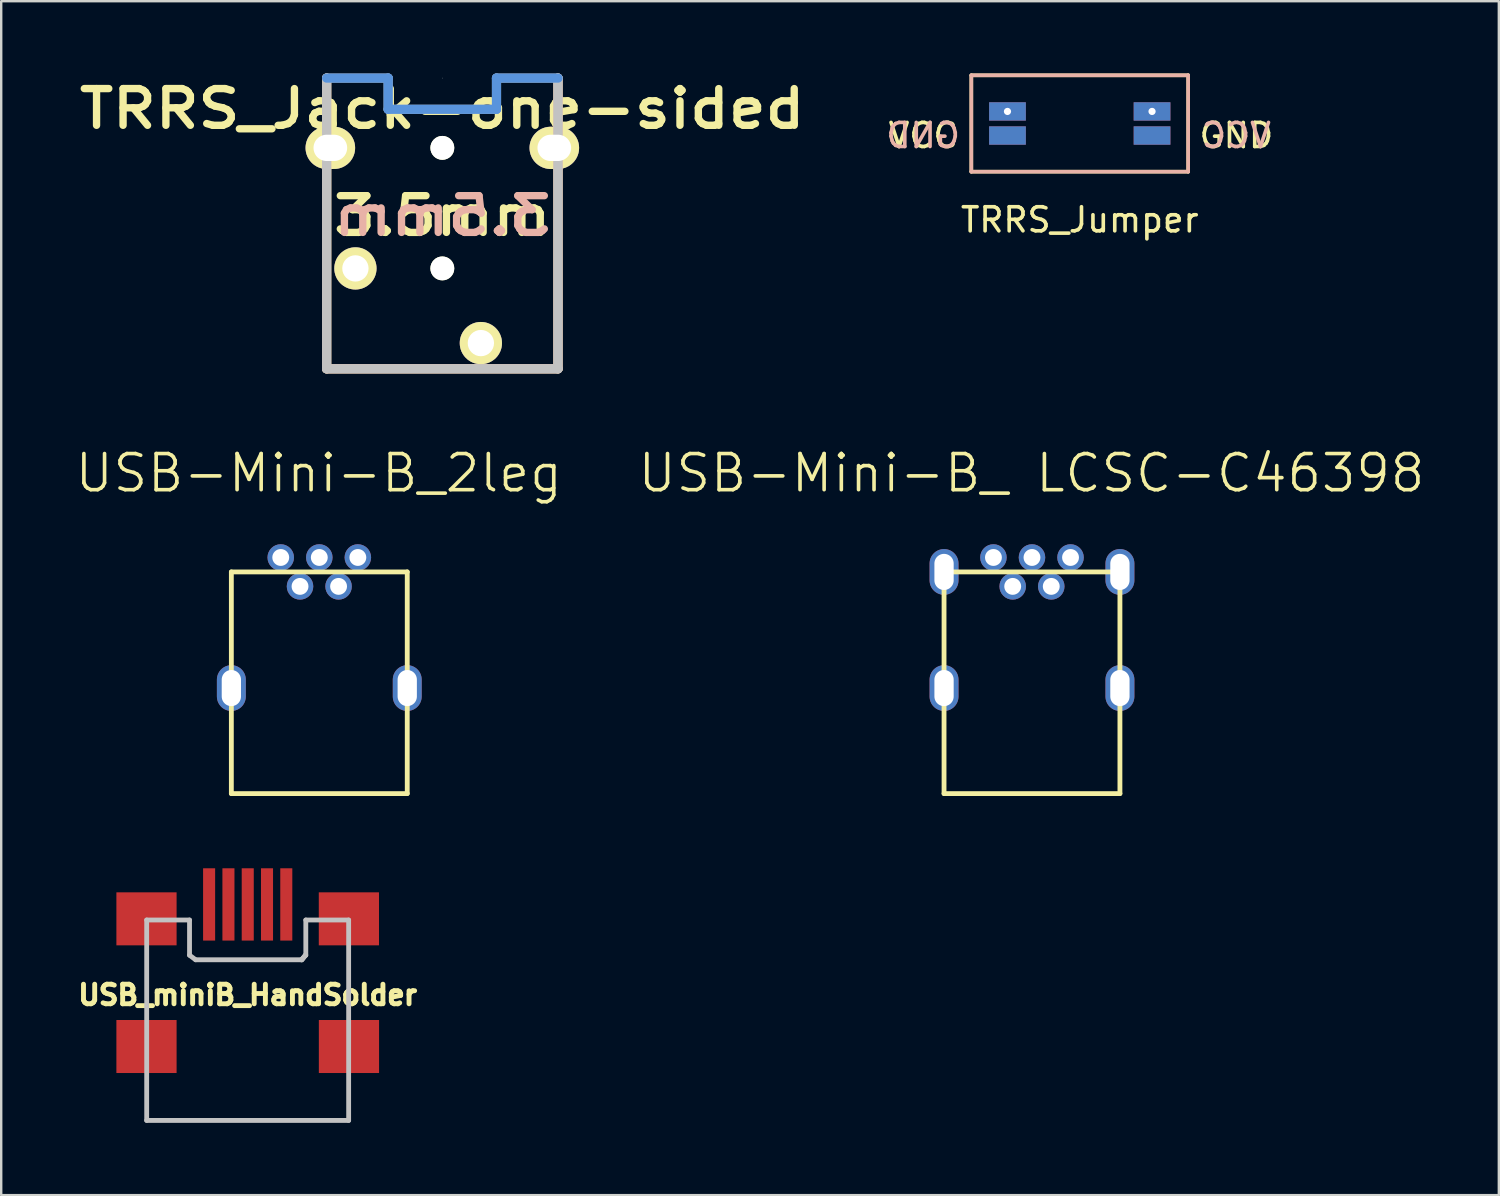
<source format=kicad_pcb>
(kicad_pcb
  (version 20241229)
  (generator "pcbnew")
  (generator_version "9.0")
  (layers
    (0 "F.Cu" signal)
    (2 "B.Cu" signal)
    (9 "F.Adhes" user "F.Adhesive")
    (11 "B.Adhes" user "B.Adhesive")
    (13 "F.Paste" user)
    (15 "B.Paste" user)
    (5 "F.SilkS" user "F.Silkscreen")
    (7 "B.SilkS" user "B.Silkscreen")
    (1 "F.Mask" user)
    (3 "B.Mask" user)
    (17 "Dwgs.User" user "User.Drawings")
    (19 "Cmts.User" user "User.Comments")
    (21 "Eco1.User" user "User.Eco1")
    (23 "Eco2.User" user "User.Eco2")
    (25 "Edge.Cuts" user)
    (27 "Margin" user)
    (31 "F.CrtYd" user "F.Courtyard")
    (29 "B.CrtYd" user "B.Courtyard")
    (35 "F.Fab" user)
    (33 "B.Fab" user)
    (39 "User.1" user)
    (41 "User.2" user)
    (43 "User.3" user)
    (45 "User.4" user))
  (footprint "USB_miniB_HandSolder"
    (layer "F.Cu")
    (at 7.229 37.737)
    (property "Reference" "USB_miniB_HandSolder" (at 0 0.508 0) (layer "F.SilkS") (effects (font (size 0.813 0.813) (thickness 0.203))))
    (attr through_hole)
    (fp_line (start -4.191 -2.603) (end -4.191 5.715) (stroke (width 0.2) (type solid)) (layer "Dwgs.User"))
    (fp_line (start -4.191 5.715) (end 4.191 5.715) (stroke (width 0.2) (type solid)) (layer "Dwgs.User"))
    (fp_line (start -2.413 -2.603) (end -4.191 -2.603) (stroke (width 0.2) (type solid)) (layer "Dwgs.User"))
    (fp_line (start -2.413 -1.143) (end -2.413 -2.603) (stroke (width 0.2) (type solid)) (layer "Dwgs.User"))
    (fp_line (start -2.159 -0.953) (end -2.413 -1.143) (stroke (width 0.2) (type solid)) (layer "Dwgs.User"))
    (fp_line (start 2.223 -0.953) (end -2.159 -0.953) (stroke (width 0.2) (type solid)) (layer "Dwgs.User"))
    (fp_line (start 2.25 -0.95) (end 2.4 -1.15) (stroke (width 0.2) (type solid)) (layer "Dwgs.User"))
    (fp_line (start 2.25 -0.95) (end 2.4 -1.15) (stroke (width 0.2) (type solid)) (layer "Dwgs.User"))
    (fp_line (start 2.413 -2.603) (end 2.413 -1.143) (stroke (width 0.2) (type solid)) (layer "Dwgs.User"))
    (fp_line (start 2.413 -1.143) (end 2.223 -0.953) (stroke (width 0.2) (type solid)) (layer "Dwgs.User"))
    (fp_line (start 4.191 -2.603) (end 2.413 -2.603) (stroke (width 0.2) (type solid)) (layer "Dwgs.User"))
    (fp_line (start 4.191 5.715) (end 4.191 -2.603) (stroke (width 0.2) (type solid)) (layer "Dwgs.User"))
    (pad "1" smd rect (at -1.6 -3.25) (size 0.5 3) (layers "F.Cu" "F.Mask" "F.Paste"))
    (pad "2" smd rect (at -0.798 -3.25) (size 0.5 3) (layers "F.Cu" "F.Mask" "F.Paste"))
    (pad "3" smd rect (at 0.003 -3.25) (size 0.5 3) (layers "F.Cu" "F.Mask" "F.Paste"))
    (pad "4" smd rect (at 0.803 -3.25) (size 0.5 3) (layers "F.Cu" "F.Mask" "F.Paste"))
    (pad "5" smd rect (at 1.603 -3.25) (size 0.5 3) (layers "F.Cu" "F.Mask" "F.Paste"))
    (pad "6" smd rect (at -4.199 -2.652) (size 2.499 2.2) (layers "F.Cu" "F.Mask" "F.Paste"))
    (pad "7" smd rect (at 4.201 -2.652) (size 2.499 2.2) (layers "F.Cu" "F.Mask" "F.Paste"))
    (pad "8" smd rect (at -4.199 2.647) (size 2.499 2.2) (layers "F.Cu" "F.Mask" "F.Paste"))
    (pad "9" smd rect (at 4.204 2.647) (size 2.499 2.2) (layers "F.Cu" "F.Mask" "F.Paste")))
  (footprint "TRRS_Jack-one-sided"
    (layer "F.Cu")
    (at 15.308 8.091)
    (property "Reference" "TRRS_Jack-one-sided" (at 0.00008 -6.63 0) (layer "F.SilkS") (effects (font (size 1.524 1.778) (thickness 0.305))))
    (attr through_hole)
    (fp_line (start -4.801 4.165) (end -4.801 -7.9) (stroke (width 0.381) (type solid)) (layer "F.SilkS"))
    (fp_line (start 4.801 -7.9) (end 4.801 4.165) (stroke (width 0.381) (type solid)) (layer "F.SilkS"))
    (fp_line (start 4.801 4.165) (end -4.801 4.165) (stroke (width 0.381) (type solid)) (layer "F.SilkS"))
    (fp_line (start -4.801 4.165) (end -4.801 -7.9) (stroke (width 0.381) (type solid)) (layer "B.SilkS"))
    (fp_line (start 4.801 -7.9) (end 4.801 4.165) (stroke (width 0.381) (type solid)) (layer "B.SilkS"))
    (fp_line (start 4.801 4.165) (end -4.801 4.165) (stroke (width 0.381) (type solid)) (layer "B.SilkS"))
    (fp_line (start -4.801 -7.9) (end -4.801 4.165) (stroke (width 0.381) (type solid)) (layer "Dwgs.User"))
    (fp_line (start -4.801 4.165) (end 4.801 4.165) (stroke (width 0.381) (type solid)) (layer "Dwgs.User"))
    (fp_line (start -2.248 -7.9) (end -4.801 -7.9) (stroke (width 0.381) (type solid)) (layer "Dwgs.User"))
    (fp_line (start -2.248 -6.605) (end -2.248 -7.9) (stroke (width 0.381) (type solid)) (layer "Dwgs.User"))
    (fp_line (start 0.00008 -7.9) (end 0.00008 -7.9) (stroke (width 0.025) (type solid)) (layer "Dwgs.User"))
    (fp_line (start 2.248 -7.9) (end 2.248 -6.605) (stroke (width 0.381) (type solid)) (layer "Dwgs.User"))
    (fp_line (start 2.248 -6.605) (end -2.248 -6.605) (stroke (width 0.381) (type solid)) (layer "Dwgs.User"))
    (fp_line (start 4.801 -7.9) (end 2.248 -7.9) (stroke (width 0.381) (type solid)) (layer "Dwgs.User"))
    (fp_line (start 4.801 4.165) (end 4.801 -7.9) (stroke (width 0.381) (type solid)) (layer "Dwgs.User"))
    (fp_line (start -4.801 -7.9) (end -2.248 -7.9) (stroke (width 0.381) (type solid)) (layer "Cmts.User"))
    (fp_line (start -2.248 -6.605) (end -2.248 -7.9) (stroke (width 0.381) (type solid)) (layer "Cmts.User"))
    (fp_line (start 2.248 -7.9) (end 2.248 -6.605) (stroke (width 0.381) (type solid)) (layer "Cmts.User"))
    (fp_line (start 2.248 -7.9) (end 4.801 -7.9) (stroke (width 0.381) (type solid)) (layer "Cmts.User"))
    (fp_line (start 2.248 -6.605) (end -2.248 -6.605) (stroke (width 0.381) (type solid)) (layer "Cmts.User"))
    (fp_text user "3.5mm" (at 0.00008 -2.185 0) (layer "F.SilkS") (effects (font (size 1.524 1.778) (thickness 0.305))))
    (fp_text user "3.5mm" (at 0.00008 -2.185 0) (layer "B.SilkS") (effects (font (size 1.524 1.778) (thickness 0.305)) (justify mirror)))
    (pad "" np_thru_hole circle (at 0.00008 -5.004 270) (size 0.991 0.991) (drill 0.991) (layers "*.Cu" "*.Mask" "F.SilkS"))
    (pad "" np_thru_hole circle (at 0.00008 -0.001 270) (size 0.991 0.991) (drill 0.991) (layers "*.Cu" "*.Mask" "F.SilkS"))
    (pad "1" thru_hole oval (at 4.648 -5.004 270) (size 1.753 2.057) (drill oval 1.092 1.397) (layers "*.Cu" "*.Mask" "F.SilkS"))
    (pad "2" thru_hole circle (at -3.607 -0.001 270) (size 1.753 1.753) (drill 1.092) (layers "*.Cu" "*.Mask" "F.SilkS"))
    (pad "3" thru_hole circle (at 1.6 3.098 270) (size 1.753 1.753) (drill 1.092) (layers "*.Cu" "*.Mask" "F.SilkS"))
    (pad "4" thru_hole oval (at -4.648 -5.004 270) (size 1.753 2.057) (drill oval 1.092 1.397) (layers "*.Cu" "*.Mask" "F.SilkS")))
  (footprint "TRRS_Jumper"
    (layer "F.Cu")
    (at 41.764 2.075)
    (property "Reference" "TRRS_Jumper" (at 0 4 0) (layer "F.SilkS") (effects (font (size 1 1) (thickness 0.15))))
    (attr through_hole)
    (fp_line (start -4.5 2) (end -4.5 -2) (stroke (width 0.15) (type solid)) (layer "F.SilkS"))
    (fp_line (start -4.5 2) (end 4.5 2) (stroke (width 0.15) (type solid)) (layer "F.SilkS"))
    (fp_line (start 4.5 -2) (end -4.5 -2) (stroke (width 0.15) (type solid)) (layer "F.SilkS"))
    (fp_line (start 4.5 -2) (end 4.5 2) (stroke (width 0.15) (type solid)) (layer "F.SilkS"))
    (fp_line (start -4.5 -2) (end -4.5 2) (stroke (width 0.15) (type solid)) (layer "B.SilkS"))
    (fp_line (start -4.5 -2) (end 4.5 -2) (stroke (width 0.15) (type solid)) (layer "B.SilkS"))
    (fp_line (start 4.5 -2) (end 4.5 2) (stroke (width 0.15) (type solid)) (layer "B.SilkS"))
    (fp_line (start 4.5 2) (end -4.5 2) (stroke (width 0.15) (type solid)) (layer "B.SilkS"))
    (fp_text user "VCC" (at -6.5 0.5 0) (layer "F.SilkS") (effects (font (size 1 1) (thickness 0.15))))
    (fp_text user "GND" (at 6.5 0.5 0) (layer "F.SilkS") (effects (font (size 1 1) (thickness 0.15))))
    (fp_text user "VCC" (at 6.5 0.5 0) (layer "B.SilkS") (effects (font (size 1 1) (thickness 0.15)) (justify mirror)))
    (fp_text user "GND" (at -6.5 0.5 0) (layer "B.SilkS") (effects (font (size 1 1) (thickness 0.15)) (justify mirror)))
    (pad "1" smd rect (at -3 0.5) (size 1.524 0.762) (layers "F.Cu" "F.Mask" "F.Paste"))
    (pad "2" thru_hole rect (at -3 -0.5) (size 1.524 0.762) (drill 0.3) (layers "*.Cu" "*.Mask"))
    (pad "3" smd rect (at -3 0.5) (size 1.524 0.762) (layers "B.Cu" "B.Mask" "B.Paste"))
    (pad "4" smd rect (at 3 0.5) (size 1.524 0.762) (layers "F.Cu" "F.Mask" "F.Paste"))
    (pad "5" thru_hole rect (at 3 -0.5) (size 1.524 0.762) (drill 0.3) (layers "*.Cu" "*.Mask"))
    (pad "6" smd rect (at 3 0.5) (size 1.524 0.762) (layers "B.Cu" "B.Mask" "B.Paste")))
  (footprint "USB-Mini-B_ LCSC-C46398"
    (layer "F.Cu")
    (at 39.781 20.687)
    (property "Reference" "USB-Mini-B_ LCSC-C46398" (at -0.02 -4.1 0) (layer "F.SilkS") (effects (font (size 1.5 1.5) (thickness 0.15))))
    (attr through_hole)
    (fp_line (start -3.65 0) (end -3.65 9.2) (stroke (width 0.2) (type solid)) (layer "F.SilkS"))
    (fp_line (start -3.65 9.2) (end 3.65 9.2) (stroke (width 0.2) (type solid)) (layer "F.SilkS"))
    (fp_line (start 3.65 0) (end -3.65 0) (stroke (width 0.2) (type solid)) (layer "F.SilkS"))
    (fp_line (start 3.65 9.2) (end 3.65 0) (stroke (width 0.2) (type solid)) (layer "F.SilkS"))
    (pad "1" thru_hole circle (at -1.6 -0.6) (size 1.1 1.1) (drill 0.7) (layers "*.Cu" "*.Mask"))
    (pad "2" thru_hole circle (at -0.8 0.6) (size 1.1 1.1) (drill 0.7) (layers "*.Cu" "*.Mask"))
    (pad "3" thru_hole circle (at 0 -0.6) (size 1.1 1.1) (drill 0.7) (layers "*.Cu" "*.Mask"))
    (pad "4" thru_hole circle (at 0.8 0.6) (size 1.1 1.1) (drill 0.7) (layers "*.Cu" "*.Mask"))
    (pad "5" thru_hole circle (at 1.6 -0.6) (size 1.1 1.1) (drill 0.7) (layers "*.Cu" "*.Mask"))
    (pad "6" thru_hole oval (at -3.65 0) (size 1.2 1.9) (drill oval 0.8 1.5) (layers "*.Cu" "*.Mask"))
    (pad "6" thru_hole oval (at -3.65 4.82) (size 1.2 1.9) (drill oval 0.8 1.5) (layers "*.Cu" "*.Mask"))
    (pad "6" thru_hole oval (at 3.65 0) (size 1.2 1.9) (drill oval 0.8 1.5) (layers "*.Cu" "*.Mask"))
    (pad "6" thru_hole oval (at 3.65 4.82) (size 1.2 1.9) (drill oval 0.8 1.5) (layers "*.Cu" "*.Mask")))
  (footprint "USB-Mini-B_2leg"
    (layer "F.Cu")
    (at 10.202 20.687)
    (property "Reference" "USB-Mini-B_2leg" (at -0.02 -4.1 0) (layer "F.SilkS") (effects (font (size 1.5 1.5) (thickness 0.15))))
    (attr through_hole)
    (fp_line (start -3.65 0) (end -3.65 9.2) (stroke (width 0.2) (type solid)) (layer "F.SilkS"))
    (fp_line (start -3.65 9.2) (end 3.65 9.2) (stroke (width 0.2) (type solid)) (layer "F.SilkS"))
    (fp_line (start 3.65 0) (end -3.65 0) (stroke (width 0.2) (type solid)) (layer "F.SilkS"))
    (fp_line (start 3.65 9.2) (end 3.65 0) (stroke (width 0.2) (type solid)) (layer "F.SilkS"))
    (pad "1" thru_hole circle (at -1.6 -0.6) (size 1.1 1.1) (drill 0.7) (layers "*.Cu" "*.Mask"))
    (pad "2" thru_hole circle (at -0.8 0.6) (size 1.1 1.1) (drill 0.7) (layers "*.Cu" "*.Mask"))
    (pad "3" thru_hole circle (at 0 -0.6) (size 1.1 1.1) (drill 0.7) (layers "*.Cu" "*.Mask"))
    (pad "4" thru_hole circle (at 0.8 0.6) (size 1.1 1.1) (drill 0.7) (layers "*.Cu" "*.Mask"))
    (pad "5" thru_hole circle (at 1.6 -0.6) (size 1.1 1.1) (drill 0.7) (layers "*.Cu" "*.Mask"))
    (pad "6" thru_hole oval (at -3.65 4.82) (size 1.2 1.9) (drill oval 0.8 1.5) (layers "*.Cu" "*.Mask"))
    (pad "6" thru_hole oval (at 3.65 4.82) (size 1.2 1.9) (drill oval 0.8 1.5) (layers "*.Cu" "*.Mask")))
  (gr_rect
    (start -3 -3)
    (end 59.157 46.552)
    (stroke (width 0.1) (type default))
    (fill no)
    (layer "Edge.Cuts")))
</source>
